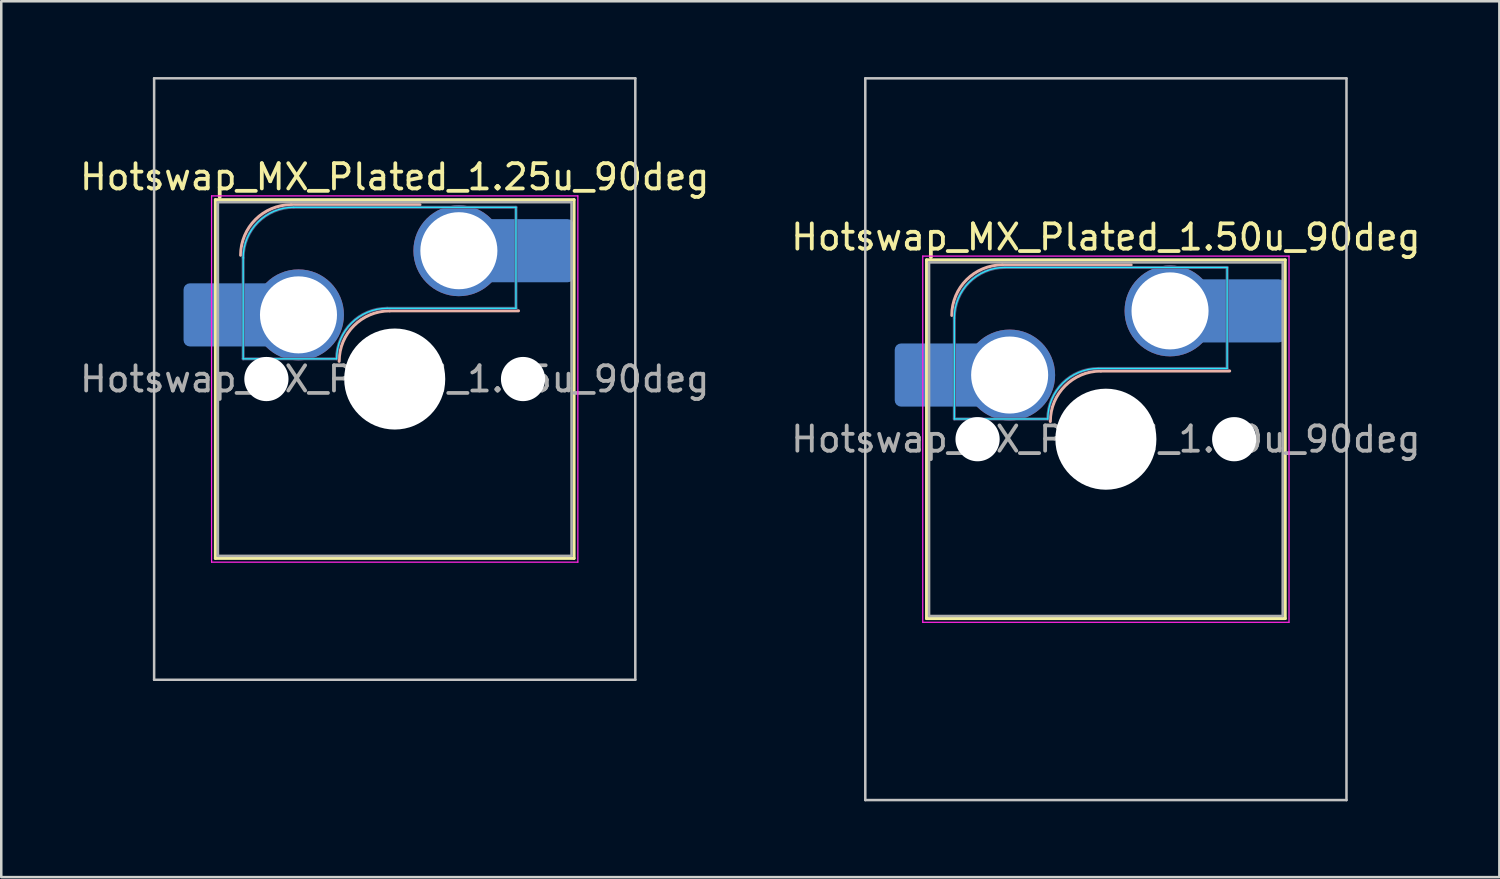
<source format=kicad_pcb>
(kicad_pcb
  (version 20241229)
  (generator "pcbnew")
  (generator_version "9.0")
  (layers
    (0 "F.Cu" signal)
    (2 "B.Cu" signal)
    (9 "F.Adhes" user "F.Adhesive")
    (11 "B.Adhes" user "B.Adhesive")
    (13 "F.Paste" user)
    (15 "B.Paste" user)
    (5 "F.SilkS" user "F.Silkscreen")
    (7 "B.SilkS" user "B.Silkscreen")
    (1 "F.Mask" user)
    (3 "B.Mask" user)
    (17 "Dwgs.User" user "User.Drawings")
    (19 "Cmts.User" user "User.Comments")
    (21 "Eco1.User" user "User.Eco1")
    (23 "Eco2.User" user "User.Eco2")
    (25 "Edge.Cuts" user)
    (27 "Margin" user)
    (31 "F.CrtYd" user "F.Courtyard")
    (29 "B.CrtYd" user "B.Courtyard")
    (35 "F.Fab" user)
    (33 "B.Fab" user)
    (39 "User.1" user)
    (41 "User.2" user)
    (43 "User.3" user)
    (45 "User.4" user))
  (footprint "Hotswap_MX_Plated_1.25u_90deg"
    (layer "F.Cu")
    (at 12.577 11.956)
    (property "Reference" "Hotswap_MX_Plated_1.25u_90deg" (at 0 -8 0) (layer "F.SilkS") (effects (font (size 1 1) (thickness 0.15))))
    (attr smd allow_soldermask_bridges)
    (fp_line (start -7.1 -7.1) (end -7.1 7.1) (stroke (width 0.12) (type solid)) (layer "F.SilkS"))
    (fp_line (start -7.1 7.1) (end 7.1 7.1) (stroke (width 0.12) (type solid)) (layer "F.SilkS"))
    (fp_line (start 7.1 -7.1) (end -7.1 -7.1) (stroke (width 0.12) (type solid)) (layer "F.SilkS"))
    (fp_line (start 7.1 7.1) (end 7.1 -7.1) (stroke (width 0.12) (type solid)) (layer "F.SilkS"))
    (fp_line (start -4.1 -6.9) (end 1 -6.9) (stroke (width 0.12) (type solid)) (layer "B.SilkS"))
    (fp_line (start -0.2 -2.7) (end 4.9 -2.7) (stroke (width 0.12) (type solid)) (layer "B.SilkS"))
    (fp_arc (start -6.1 -4.9) (mid -5.514214 -6.314214) (end -4.1 -6.9) (stroke (width 0.12) (type solid)) (layer "B.SilkS"))
    (fp_arc (start -2.2 -0.7) (mid -1.614214 -2.114214) (end -0.2 -2.7) (stroke (width 0.12) (type solid)) (layer "B.SilkS"))
    (fp_line (start -9.525 -11.906) (end 9.525 -11.906) (stroke (width 0.1) (type solid)) (layer "Dwgs.User"))
    (fp_line (start -9.525 11.906) (end -9.525 -11.906) (stroke (width 0.1) (type solid)) (layer "Dwgs.User"))
    (fp_line (start 9.525 -11.906) (end 9.525 11.906) (stroke (width 0.1) (type solid)) (layer "Dwgs.User"))
    (fp_line (start 9.525 11.906) (end -9.525 11.906) (stroke (width 0.1) (type solid)) (layer "Dwgs.User"))
    (fp_line (start -7.8 -6) (end -7 -6) (stroke (width 0.1) (type solid)) (layer "Eco1.User"))
    (fp_line (start -7.8 -2.9) (end -7.8 -6) (stroke (width 0.1) (type solid)) (layer "Eco1.User"))
    (fp_line (start -7.8 2.9) (end -7 2.9) (stroke (width 0.1) (type solid)) (layer "Eco1.User"))
    (fp_line (start -7.8 6) (end -7.8 2.9) (stroke (width 0.1) (type solid)) (layer "Eco1.User"))
    (fp_line (start -7 -7) (end 7 -7) (stroke (width 0.1) (type solid)) (layer "Eco1.User"))
    (fp_line (start -7 -6) (end -7 -7) (stroke (width 0.1) (type solid)) (layer "Eco1.User"))
    (fp_line (start -7 -2.9) (end -7.8 -2.9) (stroke (width 0.1) (type solid)) (layer "Eco1.User"))
    (fp_line (start -7 2.9) (end -7 -2.9) (stroke (width 0.1) (type solid)) (layer "Eco1.User"))
    (fp_line (start -7 6) (end -7.8 6) (stroke (width 0.1) (type solid)) (layer "Eco1.User"))
    (fp_line (start -7 7) (end -7 6) (stroke (width 0.1) (type solid)) (layer "Eco1.User"))
    (fp_line (start 7 -7) (end 7 -6) (stroke (width 0.1) (type solid)) (layer "Eco1.User"))
    (fp_line (start 7 -6) (end 7.8 -6) (stroke (width 0.1) (type solid)) (layer "Eco1.User"))
    (fp_line (start 7 -2.9) (end 7 2.9) (stroke (width 0.1) (type solid)) (layer "Eco1.User"))
    (fp_line (start 7 2.9) (end 7.8 2.9) (stroke (width 0.1) (type solid)) (layer "Eco1.User"))
    (fp_line (start 7 6) (end 7 7) (stroke (width 0.1) (type solid)) (layer "Eco1.User"))
    (fp_line (start 7 7) (end -7 7) (stroke (width 0.1) (type solid)) (layer "Eco1.User"))
    (fp_line (start 7.8 -6) (end 7.8 -2.9) (stroke (width 0.1) (type solid)) (layer "Eco1.User"))
    (fp_line (start 7.8 -2.9) (end 7 -2.9) (stroke (width 0.1) (type solid)) (layer "Eco1.User"))
    (fp_line (start 7.8 2.9) (end 7.8 6) (stroke (width 0.1) (type solid)) (layer "Eco1.User"))
    (fp_line (start 7.8 6) (end 7 6) (stroke (width 0.1) (type solid)) (layer "Eco1.User"))
    (fp_line (start -6 -0.8) (end -6 -4.8) (stroke (width 0.05) (type solid)) (layer "B.CrtYd"))
    (fp_line (start -6 -0.8) (end -2.3 -0.8) (stroke (width 0.05) (type solid)) (layer "B.CrtYd"))
    (fp_line (start -4 -6.8) (end 4.8 -6.8) (stroke (width 0.05) (type solid)) (layer "B.CrtYd"))
    (fp_line (start -0.3 -2.8) (end 4.8 -2.8) (stroke (width 0.05) (type solid)) (layer "B.CrtYd"))
    (fp_line (start 4.8 -6.8) (end 4.8 -2.8) (stroke (width 0.05) (type solid)) (layer "B.CrtYd"))
    (fp_arc (start -6 -4.8) (mid -5.414214 -6.214214) (end -4 -6.8) (stroke (width 0.05) (type solid)) (layer "B.CrtYd"))
    (fp_arc (start -2.3 -0.8) (mid -1.714214 -2.214214) (end -0.3 -2.8) (stroke (width 0.05) (type solid)) (layer "B.CrtYd"))
    (fp_line (start -7.25 -7.25) (end -7.25 7.25) (stroke (width 0.05) (type solid)) (layer "F.CrtYd"))
    (fp_line (start -7.25 7.25) (end 7.25 7.25) (stroke (width 0.05) (type solid)) (layer "F.CrtYd"))
    (fp_line (start 7.25 -7.25) (end -7.25 -7.25) (stroke (width 0.05) (type solid)) (layer "F.CrtYd"))
    (fp_line (start 7.25 7.25) (end 7.25 -7.25) (stroke (width 0.05) (type solid)) (layer "F.CrtYd"))
    (fp_line (start -6 -0.8) (end -6 -4.8) (stroke (width 0.12) (type solid)) (layer "B.Fab"))
    (fp_line (start -6 -0.8) (end -2.3 -0.8) (stroke (width 0.12) (type solid)) (layer "B.Fab"))
    (fp_line (start -4 -6.8) (end 4.8 -6.8) (stroke (width 0.12) (type solid)) (layer "B.Fab"))
    (fp_line (start -0.3 -2.8) (end 4.8 -2.8) (stroke (width 0.12) (type solid)) (layer "B.Fab"))
    (fp_line (start 4.8 -6.8) (end 4.8 -2.8) (stroke (width 0.12) (type solid)) (layer "B.Fab"))
    (fp_arc (start -6 -4.8) (mid -5.414214 -6.214214) (end -4 -6.8) (stroke (width 0.12) (type solid)) (layer "B.Fab"))
    (fp_arc (start -2.3 -0.8) (mid -1.714214 -2.214214) (end -0.3 -2.8) (stroke (width 0.12) (type solid)) (layer "B.Fab"))
    (fp_line (start -7 -7) (end -7 7) (stroke (width 0.1) (type solid)) (layer "F.Fab"))
    (fp_line (start -7 7) (end 7 7) (stroke (width 0.1) (type solid)) (layer "F.Fab"))
    (fp_line (start 7 -7) (end -7 -7) (stroke (width 0.1) (type solid)) (layer "F.Fab"))
    (fp_line (start 7 7) (end 7 -7) (stroke (width 0.1) (type solid)) (layer "F.Fab"))
    (fp_text user "${REFERENCE}" (at 0 0 0) (layer "F.Fab") (effects (font (size 1 1) (thickness 0.15))))
    (pad "" smd roundrect (at -7.085 -2.54) (size 2.55 2.5) (layers "B.Mask" "B.Paste") (roundrect_rratio 0.1))
    (pad "" np_thru_hole circle (at -5.08 0) (size 1.75 1.75) (drill 1.75) (layers "*.Cu" "*.Mask"))
    (pad "" np_thru_hole circle (at 0 0) (size 4 4) (drill 4) (layers "*.Cu" "*.Mask"))
    (pad "" np_thru_hole circle (at 5.08 0) (size 1.75 1.75) (drill 1.75) (layers "*.Cu" "*.Mask"))
    (pad "" smd roundrect (at 5.842 -5.08) (size 2.55 2.5) (layers "B.Mask" "B.Paste") (roundrect_rratio 0.1))
    (pad "1" smd roundrect (at -6.585 -2.54) (size 3.55 2.5) (layers "B.Cu") (roundrect_rratio 0.1))
    (pad "1" thru_hole circle (at -3.81 -2.54) (size 3.6 3.6) (drill 3.05) (layers "*.Cu" "*.Mask"))
    (pad "2" thru_hole circle (at 2.54 -5.08) (size 3.6 3.6) (drill 3.05) (layers "*.Cu" "*.Mask"))
    (pad "2" smd roundrect (at 5.32 -5.08) (size 3.55 2.5) (layers "B.Cu") (roundrect_rratio 0.1)))
  (footprint "Hotswap_MX_Plated_1.50u_90deg"
    (layer "F.Cu")
    (at 40.732 14.338)
    (property "Reference" "Hotswap_MX_Plated_1.50u_90deg" (at 0 -8 0) (layer "F.SilkS") (effects (font (size 1 1) (thickness 0.15))))
    (attr smd allow_soldermask_bridges)
    (fp_line (start -7.1 -7.1) (end -7.1 7.1) (stroke (width 0.12) (type solid)) (layer "F.SilkS"))
    (fp_line (start -7.1 7.1) (end 7.1 7.1) (stroke (width 0.12) (type solid)) (layer "F.SilkS"))
    (fp_line (start 7.1 -7.1) (end -7.1 -7.1) (stroke (width 0.12) (type solid)) (layer "F.SilkS"))
    (fp_line (start 7.1 7.1) (end 7.1 -7.1) (stroke (width 0.12) (type solid)) (layer "F.SilkS"))
    (fp_line (start -4.1 -6.9) (end 1 -6.9) (stroke (width 0.12) (type solid)) (layer "B.SilkS"))
    (fp_line (start -0.2 -2.7) (end 4.9 -2.7) (stroke (width 0.12) (type solid)) (layer "B.SilkS"))
    (fp_arc (start -6.1 -4.9) (mid -5.514214 -6.314214) (end -4.1 -6.9) (stroke (width 0.12) (type solid)) (layer "B.SilkS"))
    (fp_arc (start -2.2 -0.7) (mid -1.614214 -2.114214) (end -0.2 -2.7) (stroke (width 0.12) (type solid)) (layer "B.SilkS"))
    (fp_line (start -9.525 -14.287) (end 9.525 -14.287) (stroke (width 0.1) (type solid)) (layer "Dwgs.User"))
    (fp_line (start -9.525 14.287) (end -9.525 -14.287) (stroke (width 0.1) (type solid)) (layer "Dwgs.User"))
    (fp_line (start 9.525 -14.287) (end 9.525 14.287) (stroke (width 0.1) (type solid)) (layer "Dwgs.User"))
    (fp_line (start 9.525 14.287) (end -9.525 14.287) (stroke (width 0.1) (type solid)) (layer "Dwgs.User"))
    (fp_line (start -7.8 -6) (end -7 -6) (stroke (width 0.1) (type solid)) (layer "Eco1.User"))
    (fp_line (start -7.8 -2.9) (end -7.8 -6) (stroke (width 0.1) (type solid)) (layer "Eco1.User"))
    (fp_line (start -7.8 2.9) (end -7 2.9) (stroke (width 0.1) (type solid)) (layer "Eco1.User"))
    (fp_line (start -7.8 6) (end -7.8 2.9) (stroke (width 0.1) (type solid)) (layer "Eco1.User"))
    (fp_line (start -7 -7) (end 7 -7) (stroke (width 0.1) (type solid)) (layer "Eco1.User"))
    (fp_line (start -7 -6) (end -7 -7) (stroke (width 0.1) (type solid)) (layer "Eco1.User"))
    (fp_line (start -7 -2.9) (end -7.8 -2.9) (stroke (width 0.1) (type solid)) (layer "Eco1.User"))
    (fp_line (start -7 2.9) (end -7 -2.9) (stroke (width 0.1) (type solid)) (layer "Eco1.User"))
    (fp_line (start -7 6) (end -7.8 6) (stroke (width 0.1) (type solid)) (layer "Eco1.User"))
    (fp_line (start -7 7) (end -7 6) (stroke (width 0.1) (type solid)) (layer "Eco1.User"))
    (fp_line (start 7 -7) (end 7 -6) (stroke (width 0.1) (type solid)) (layer "Eco1.User"))
    (fp_line (start 7 -6) (end 7.8 -6) (stroke (width 0.1) (type solid)) (layer "Eco1.User"))
    (fp_line (start 7 -2.9) (end 7 2.9) (stroke (width 0.1) (type solid)) (layer "Eco1.User"))
    (fp_line (start 7 2.9) (end 7.8 2.9) (stroke (width 0.1) (type solid)) (layer "Eco1.User"))
    (fp_line (start 7 6) (end 7 7) (stroke (width 0.1) (type solid)) (layer "Eco1.User"))
    (fp_line (start 7 7) (end -7 7) (stroke (width 0.1) (type solid)) (layer "Eco1.User"))
    (fp_line (start 7.8 -6) (end 7.8 -2.9) (stroke (width 0.1) (type solid)) (layer "Eco1.User"))
    (fp_line (start 7.8 -2.9) (end 7 -2.9) (stroke (width 0.1) (type solid)) (layer "Eco1.User"))
    (fp_line (start 7.8 2.9) (end 7.8 6) (stroke (width 0.1) (type solid)) (layer "Eco1.User"))
    (fp_line (start 7.8 6) (end 7 6) (stroke (width 0.1) (type solid)) (layer "Eco1.User"))
    (fp_line (start -6 -0.8) (end -6 -4.8) (stroke (width 0.05) (type solid)) (layer "B.CrtYd"))
    (fp_line (start -6 -0.8) (end -2.3 -0.8) (stroke (width 0.05) (type solid)) (layer "B.CrtYd"))
    (fp_line (start -4 -6.8) (end 4.8 -6.8) (stroke (width 0.05) (type solid)) (layer "B.CrtYd"))
    (fp_line (start -0.3 -2.8) (end 4.8 -2.8) (stroke (width 0.05) (type solid)) (layer "B.CrtYd"))
    (fp_line (start 4.8 -6.8) (end 4.8 -2.8) (stroke (width 0.05) (type solid)) (layer "B.CrtYd"))
    (fp_arc (start -6 -4.8) (mid -5.414214 -6.214214) (end -4 -6.8) (stroke (width 0.05) (type solid)) (layer "B.CrtYd"))
    (fp_arc (start -2.3 -0.8) (mid -1.714214 -2.214214) (end -0.3 -2.8) (stroke (width 0.05) (type solid)) (layer "B.CrtYd"))
    (fp_line (start -7.25 -7.25) (end -7.25 7.25) (stroke (width 0.05) (type solid)) (layer "F.CrtYd"))
    (fp_line (start -7.25 7.25) (end 7.25 7.25) (stroke (width 0.05) (type solid)) (layer "F.CrtYd"))
    (fp_line (start 7.25 -7.25) (end -7.25 -7.25) (stroke (width 0.05) (type solid)) (layer "F.CrtYd"))
    (fp_line (start 7.25 7.25) (end 7.25 -7.25) (stroke (width 0.05) (type solid)) (layer "F.CrtYd"))
    (fp_line (start -6 -0.8) (end -6 -4.8) (stroke (width 0.12) (type solid)) (layer "B.Fab"))
    (fp_line (start -6 -0.8) (end -2.3 -0.8) (stroke (width 0.12) (type solid)) (layer "B.Fab"))
    (fp_line (start -4 -6.8) (end 4.8 -6.8) (stroke (width 0.12) (type solid)) (layer "B.Fab"))
    (fp_line (start -0.3 -2.8) (end 4.8 -2.8) (stroke (width 0.12) (type solid)) (layer "B.Fab"))
    (fp_line (start 4.8 -6.8) (end 4.8 -2.8) (stroke (width 0.12) (type solid)) (layer "B.Fab"))
    (fp_arc (start -6 -4.8) (mid -5.414214 -6.214214) (end -4 -6.8) (stroke (width 0.12) (type solid)) (layer "B.Fab"))
    (fp_arc (start -2.3 -0.8) (mid -1.714214 -2.214214) (end -0.3 -2.8) (stroke (width 0.12) (type solid)) (layer "B.Fab"))
    (fp_line (start -7 -7) (end -7 7) (stroke (width 0.1) (type solid)) (layer "F.Fab"))
    (fp_line (start -7 7) (end 7 7) (stroke (width 0.1) (type solid)) (layer "F.Fab"))
    (fp_line (start 7 -7) (end -7 -7) (stroke (width 0.1) (type solid)) (layer "F.Fab"))
    (fp_line (start 7 7) (end 7 -7) (stroke (width 0.1) (type solid)) (layer "F.Fab"))
    (fp_text user "${REFERENCE}" (at 0 0 0) (layer "F.Fab") (effects (font (size 1 1) (thickness 0.15))))
    (pad "" smd roundrect (at -7.085 -2.54) (size 2.55 2.5) (layers "B.Mask" "B.Paste") (roundrect_rratio 0.1))
    (pad "" np_thru_hole circle (at -5.08 0) (size 1.75 1.75) (drill 1.75) (layers "*.Cu" "*.Mask"))
    (pad "" np_thru_hole circle (at 0 0) (size 4 4) (drill 4) (layers "*.Cu" "*.Mask"))
    (pad "" np_thru_hole circle (at 5.08 0) (size 1.75 1.75) (drill 1.75) (layers "*.Cu" "*.Mask"))
    (pad "" smd roundrect (at 5.842 -5.08) (size 2.55 2.5) (layers "B.Mask" "B.Paste") (roundrect_rratio 0.1))
    (pad "1" smd roundrect (at -6.585 -2.54) (size 3.55 2.5) (layers "B.Cu") (roundrect_rratio 0.1))
    (pad "1" thru_hole circle (at -3.81 -2.54) (size 3.6 3.6) (drill 3.05) (layers "*.Cu" "*.Mask"))
    (pad "2" thru_hole circle (at 2.54 -5.08) (size 3.6 3.6) (drill 3.05) (layers "*.Cu" "*.Mask"))
    (pad "2" smd roundrect (at 5.32 -5.08) (size 3.55 2.5) (layers "B.Cu") (roundrect_rratio 0.1)))
  (gr_rect
    (start -3 -3)
    (end 56.31 31.675)
    (stroke (width 0.1) (type default))
    (fill no)
    (layer "Edge.Cuts")))
</source>
